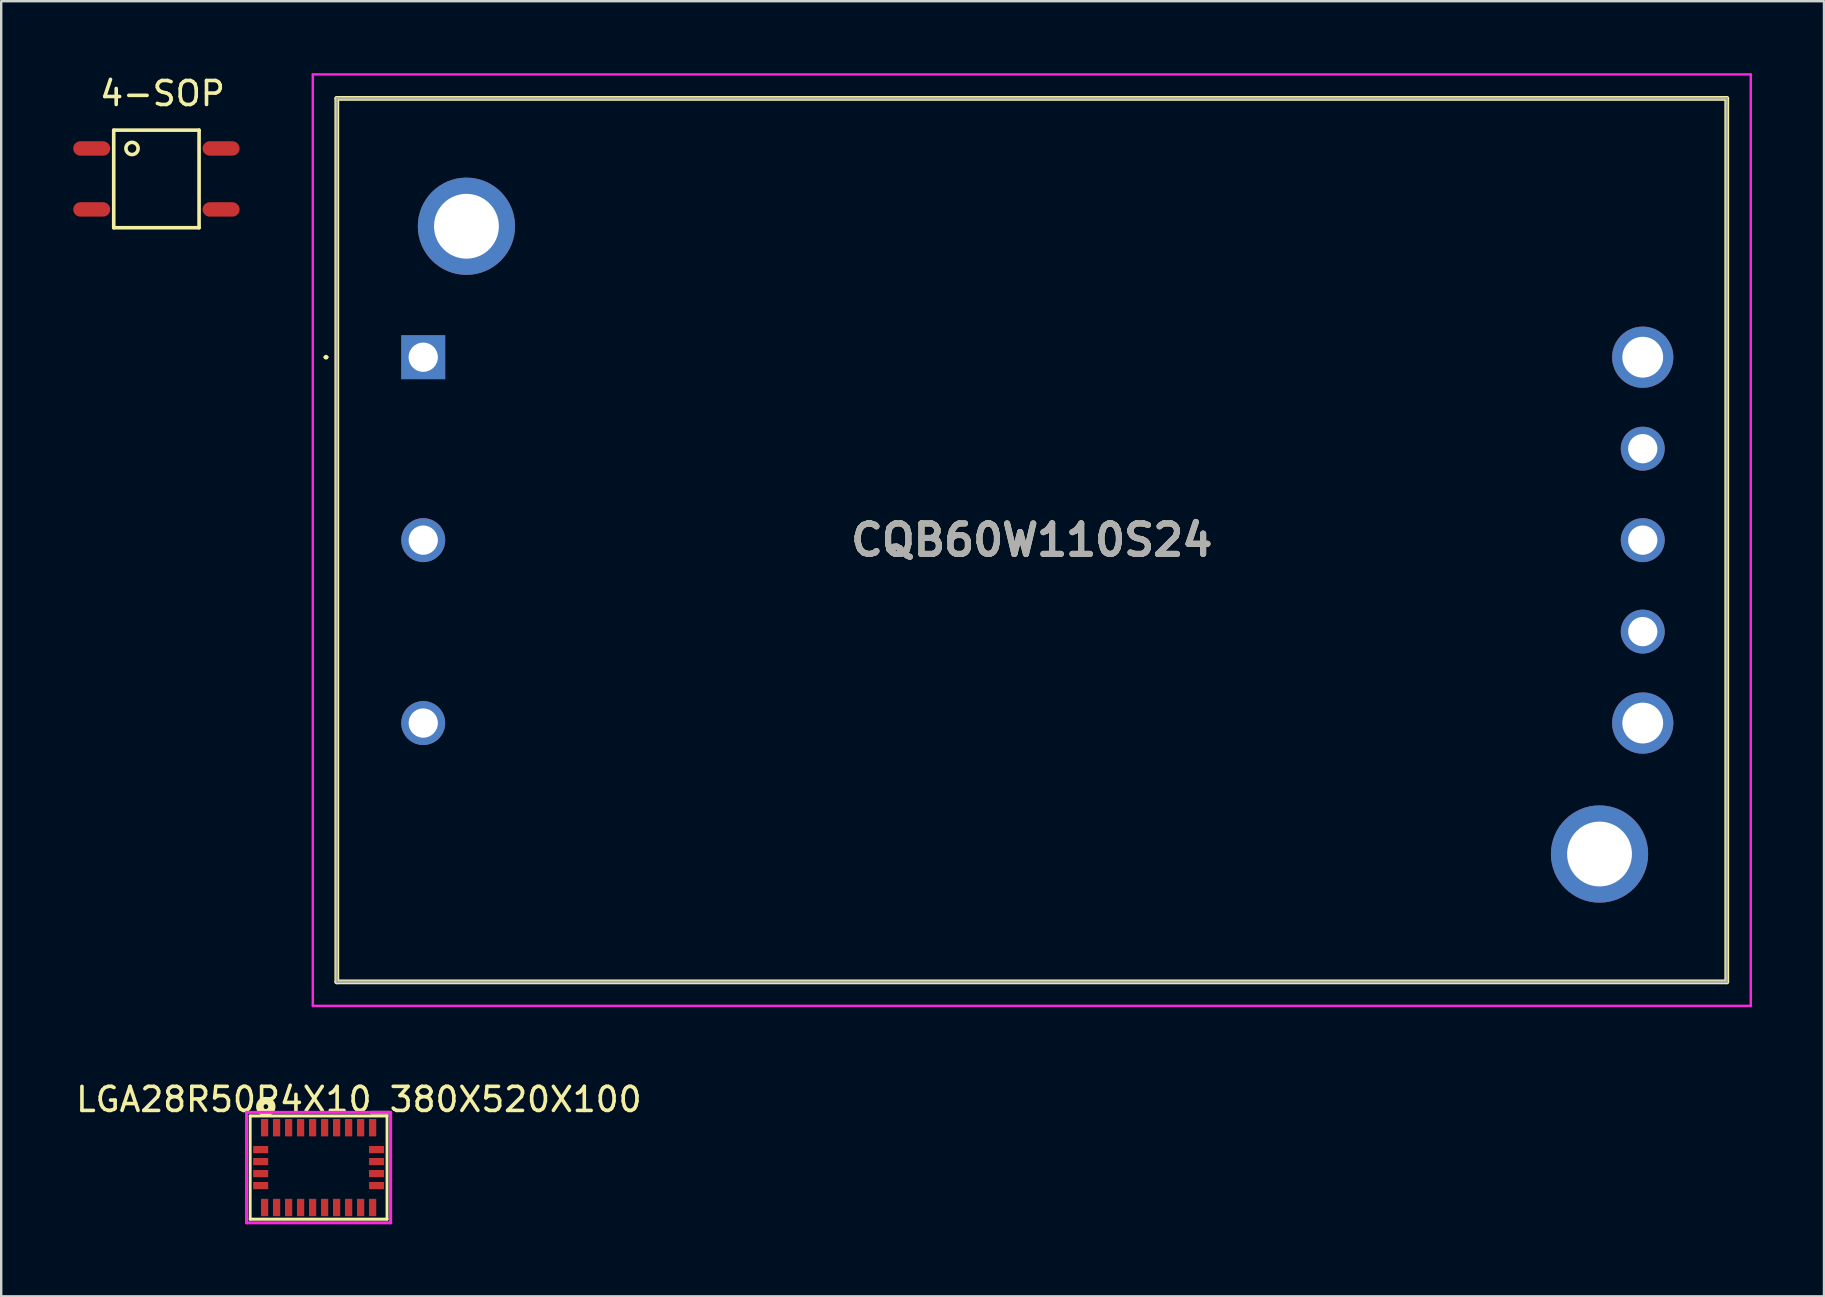
<source format=kicad_pcb>
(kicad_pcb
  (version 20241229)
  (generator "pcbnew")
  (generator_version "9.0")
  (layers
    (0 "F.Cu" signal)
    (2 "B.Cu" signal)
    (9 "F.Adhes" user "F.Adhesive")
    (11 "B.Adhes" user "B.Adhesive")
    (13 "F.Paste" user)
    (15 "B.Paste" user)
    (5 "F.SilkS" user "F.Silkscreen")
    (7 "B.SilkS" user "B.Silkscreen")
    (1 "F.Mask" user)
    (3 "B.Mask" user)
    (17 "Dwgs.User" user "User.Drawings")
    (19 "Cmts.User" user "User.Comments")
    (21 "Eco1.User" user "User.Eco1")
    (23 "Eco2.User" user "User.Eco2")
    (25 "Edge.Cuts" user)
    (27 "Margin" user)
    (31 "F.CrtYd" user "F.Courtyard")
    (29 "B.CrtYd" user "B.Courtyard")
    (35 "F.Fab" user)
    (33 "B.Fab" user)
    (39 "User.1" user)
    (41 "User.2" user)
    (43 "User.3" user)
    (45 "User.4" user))
  (footprint "LGA28R50P4X10_380X520X100"
    (layer "F.Cu")
    (at 10.222 45.587)
    (property "Reference" "LGA28R50P4X10_380X520X100" (at 1.677 -2.838 0) (layer "F.SilkS") (effects (font (size 1.001 1.001) (thickness 0.15))))
    (attr smd)
    (fp_line (start -2.85 -2.15) (end -2.85 2.15) (stroke (width 0.12) (type solid)) (layer "F.SilkS"))
    (fp_line (start -2.85 2.15) (end 2.85 2.15) (stroke (width 0.127) (type solid)) (layer "F.SilkS"))
    (fp_line (start 2.85 -2.15) (end -2.85 -2.15) (stroke (width 0.127) (type solid)) (layer "F.SilkS"))
    (fp_line (start 2.85 -2.15) (end 2.85 2.15) (stroke (width 0.12) (type solid)) (layer "F.SilkS"))
    (fp_circle (center -2.2 -2.54) (end -2.1 -2.54) (stroke (width 0.305) (type solid)) (fill no) (layer "F.SilkS"))
    (fp_line (start -3 -2.3) (end 3 -2.3) (stroke (width 0.127) (type solid)) (layer "F.CrtYd"))
    (fp_line (start -3 2.3) (end -3 -2.3) (stroke (width 0.127) (type solid)) (layer "F.CrtYd"))
    (fp_line (start 3 -2.3) (end 3 2.3) (stroke (width 0.127) (type solid)) (layer "F.CrtYd"))
    (fp_line (start 3 2.3) (end -3 2.3) (stroke (width 0.127) (type solid)) (layer "F.CrtYd"))
    (pad "1" smd rect (at -2.25 -1.663 180) (size 0.3 0.725) (layers "F.Cu" "F.Mask" "F.Paste"))
    (pad "2" smd rect (at -2.413 -0.75 270) (size 0.3 0.625) (layers "F.Cu" "F.Mask" "F.Paste"))
    (pad "3" smd rect (at -2.413 -0.25 270) (size 0.3 0.625) (layers "F.Cu" "F.Mask" "F.Paste"))
    (pad "4" smd rect (at -2.413 0.25 270) (size 0.3 0.625) (layers "F.Cu" "F.Mask" "F.Paste"))
    (pad "5" smd rect (at -2.413 0.75 270) (size 0.3 0.625) (layers "F.Cu" "F.Mask" "F.Paste"))
    (pad "6" smd rect (at -2.25 1.663 180) (size 0.3 0.725) (layers "F.Cu" "F.Mask" "F.Paste"))
    (pad "7" smd rect (at -1.75 1.663 180) (size 0.3 0.725) (layers "F.Cu" "F.Mask" "F.Paste"))
    (pad "8" smd rect (at -1.25 1.663 180) (size 0.3 0.725) (layers "F.Cu" "F.Mask" "F.Paste"))
    (pad "9" smd rect (at -0.75 1.663 180) (size 0.3 0.725) (layers "F.Cu" "F.Mask" "F.Paste"))
    (pad "10" smd rect (at -0.25 1.663 180) (size 0.3 0.725) (layers "F.Cu" "F.Mask" "F.Paste"))
    (pad "11" smd rect (at 0.25 1.663 180) (size 0.3 0.725) (layers "F.Cu" "F.Mask" "F.Paste"))
    (pad "12" smd rect (at 0.75 1.663 180) (size 0.3 0.725) (layers "F.Cu" "F.Mask" "F.Paste"))
    (pad "13" smd rect (at 1.25 1.663 180) (size 0.3 0.725) (layers "F.Cu" "F.Mask" "F.Paste"))
    (pad "14" smd rect (at 1.75 1.663 180) (size 0.3 0.725) (layers "F.Cu" "F.Mask" "F.Paste"))
    (pad "15" smd rect (at 2.25 1.663 180) (size 0.3 0.725) (layers "F.Cu" "F.Mask" "F.Paste"))
    (pad "16" smd rect (at 2.413 0.75 270) (size 0.3 0.625) (layers "F.Cu" "F.Mask" "F.Paste"))
    (pad "17" smd rect (at 2.413 0.25 270) (size 0.3 0.625) (layers "F.Cu" "F.Mask" "F.Paste"))
    (pad "18" smd rect (at 2.413 -0.25 270) (size 0.3 0.625) (layers "F.Cu" "F.Mask" "F.Paste"))
    (pad "19" smd rect (at 2.413 -0.75 270) (size 0.3 0.625) (layers "F.Cu" "F.Mask" "F.Paste"))
    (pad "20" smd rect (at 2.25 -1.663 180) (size 0.3 0.725) (layers "F.Cu" "F.Mask" "F.Paste"))
    (pad "21" smd rect (at 1.75 -1.663 180) (size 0.3 0.725) (layers "F.Cu" "F.Mask" "F.Paste"))
    (pad "22" smd rect (at 1.25 -1.663 180) (size 0.3 0.725) (layers "F.Cu" "F.Mask" "F.Paste"))
    (pad "23" smd rect (at 0.75 -1.663 180) (size 0.3 0.725) (layers "F.Cu" "F.Mask" "F.Paste"))
    (pad "24" smd rect (at 0.25 -1.663 180) (size 0.3 0.725) (layers "F.Cu" "F.Mask" "F.Paste"))
    (pad "25" smd rect (at -0.25 -1.663 180) (size 0.3 0.725) (layers "F.Cu" "F.Mask" "F.Paste"))
    (pad "26" smd rect (at -0.75 -1.663 180) (size 0.3 0.725) (layers "F.Cu" "F.Mask" "F.Paste"))
    (pad "27" smd rect (at -1.25 -1.663 180) (size 0.3 0.725) (layers "F.Cu" "F.Mask" "F.Paste"))
    (pad "28" smd rect (at -1.75 -1.663 180) (size 0.3 0.725) (layers "F.Cu" "F.Mask" "F.Paste")))
  (footprint "CQB60W110S24"
    (layer "F.Cu")
    (at 14.58 11.83)
    (property "Reference" "CQB60W110S24" (at 25.35 7.62 0) (layer "F.SilkS") (effects (font (size 1.27 1.27) (thickness 0.254))))
    (attr through_hole)
    (fp_line (start -4.1 0) (end -4.1 0) (stroke (width 0.1) (type solid)) (layer "F.SilkS"))
    (fp_line (start -4 0) (end -4 0) (stroke (width 0.1) (type solid)) (layer "F.SilkS"))
    (fp_line (start -3.6 -10.78) (end -3.6 26.02) (stroke (width 0.2) (type solid)) (layer "F.SilkS"))
    (fp_line (start -3.6 26.02) (end 54.3 26.02) (stroke (width 0.2) (type solid)) (layer "F.SilkS"))
    (fp_line (start 54.3 -10.78) (end -3.6 -10.78) (stroke (width 0.2) (type solid)) (layer "F.SilkS"))
    (fp_line (start 54.3 26.02) (end 54.3 -10.78) (stroke (width 0.2) (type solid)) (layer "F.SilkS"))
    (fp_arc (start -4.1 0) (mid -4.05 -0.05) (end -4 0) (stroke (width 0.1) (type solid)) (layer "F.SilkS"))
    (fp_arc (start -4 0) (mid -4.05 0.05) (end -4.1 0) (stroke (width 0.1) (type solid)) (layer "F.SilkS"))
    (fp_line (start -4.6 -11.78) (end -4.6 27.02) (stroke (width 0.1) (type solid)) (layer "F.CrtYd"))
    (fp_line (start -4.6 27.02) (end 55.3 27.02) (stroke (width 0.1) (type solid)) (layer "F.CrtYd"))
    (fp_line (start 55.3 -11.78) (end -4.6 -11.78) (stroke (width 0.1) (type solid)) (layer "F.CrtYd"))
    (fp_line (start 55.3 27.02) (end 55.3 -11.78) (stroke (width 0.1) (type solid)) (layer "F.CrtYd"))
    (fp_line (start -3.6 -10.78) (end -3.6 26.02) (stroke (width 0.1) (type solid)) (layer "F.Fab"))
    (fp_line (start -3.6 26.02) (end 54.3 26.02) (stroke (width 0.1) (type solid)) (layer "F.Fab"))
    (fp_line (start 54.3 -10.78) (end -3.6 -10.78) (stroke (width 0.1) (type solid)) (layer "F.Fab"))
    (fp_line (start 54.3 26.02) (end 54.3 -10.78) (stroke (width 0.1) (type solid)) (layer "F.Fab"))
    (fp_text user "${REFERENCE}" (at 25.35 7.62 0) (layer "F.Fab") (effects (font (size 1.27 1.27) (thickness 0.254))))
    (pad "1" thru_hole rect (at 0 0) (size 1.83 1.83) (drill 1.22) (layers "*.Cu" "*.Mask"))
    (pad "2" thru_hole circle (at 0 7.62) (size 1.83 1.83) (drill 1.22) (layers "*.Cu" "*.Mask"))
    (pad "3" thru_hole circle (at 0 15.24) (size 1.83 1.83) (drill 1.22) (layers "*.Cu" "*.Mask"))
    (pad "4" thru_hole circle (at 50.8 15.24) (size 2.55 2.55) (drill 1.7) (layers "*.Cu" "*.Mask"))
    (pad "5" thru_hole circle (at 50.8 11.43) (size 1.83 1.83) (drill 1.22) (layers "*.Cu" "*.Mask"))
    (pad "6" thru_hole circle (at 50.8 7.62) (size 1.83 1.83) (drill 1.22) (layers "*.Cu" "*.Mask"))
    (pad "7" thru_hole circle (at 50.8 3.81) (size 1.83 1.83) (drill 1.22) (layers "*.Cu" "*.Mask"))
    (pad "8" thru_hole circle (at 50.8 0) (size 2.55 2.55) (drill 1.7) (layers "*.Cu" "*.Mask"))
    (pad "MH1" thru_hole circle (at 1.8 -5.455) (size 4.05 4.05) (drill 2.7) (layers "*.Cu" "*.Mask"))
    (pad "MH2" thru_hole circle (at 49 20.695) (size 4.05 4.05) (drill 2.7) (layers "*.Cu" "*.Mask")))
  (footprint "4-SOP"
    (layer "F.Cu")
    (at 3.465 4.404)
    (property "Reference" "4-SOP" (at 0.254 -3.556 0) (layer "F.SilkS") (effects (font (size 1 1) (thickness 0.15))))
    (attr through_hole)
    (fp_line (start -1.778 -2.032) (end -1.778 2.032) (stroke (width 0.15) (type solid)) (layer "F.SilkS"))
    (fp_line (start -1.778 2.032) (end 1.778 2.032) (stroke (width 0.15) (type solid)) (layer "F.SilkS"))
    (fp_line (start 1.778 -2.032) (end -1.778 -2.032) (stroke (width 0.15) (type solid)) (layer "F.SilkS"))
    (fp_line (start 1.778 2.032) (end 1.778 -2.032) (stroke (width 0.15) (type solid)) (layer "F.SilkS"))
    (fp_circle (center -1.016 -1.27) (end -1.016 -1.524) (stroke (width 0.15) (type solid)) (fill no) (layer "F.SilkS"))
    (pad "1" smd oval (at -2.695 -1.27) (size 1.54 0.6) (layers "F.Cu" "F.Mask" "F.Paste"))
    (pad "2" smd oval (at -2.695 1.27) (size 1.54 0.6) (layers "F.Cu" "F.Mask" "F.Paste"))
    (pad "3" smd oval (at 2.695 1.27) (size 1.54 0.6) (layers "F.Cu" "F.Mask" "F.Paste"))
    (pad "4" smd oval (at 2.695 -1.27) (size 1.54 0.6) (layers "F.Cu" "F.Mask" "F.Paste")))
  (gr_rect
    (start -3 -3)
    (end 72.93 50.95)
    (stroke (width 0.1) (type default))
    (fill no)
    (layer "Edge.Cuts")))
</source>
